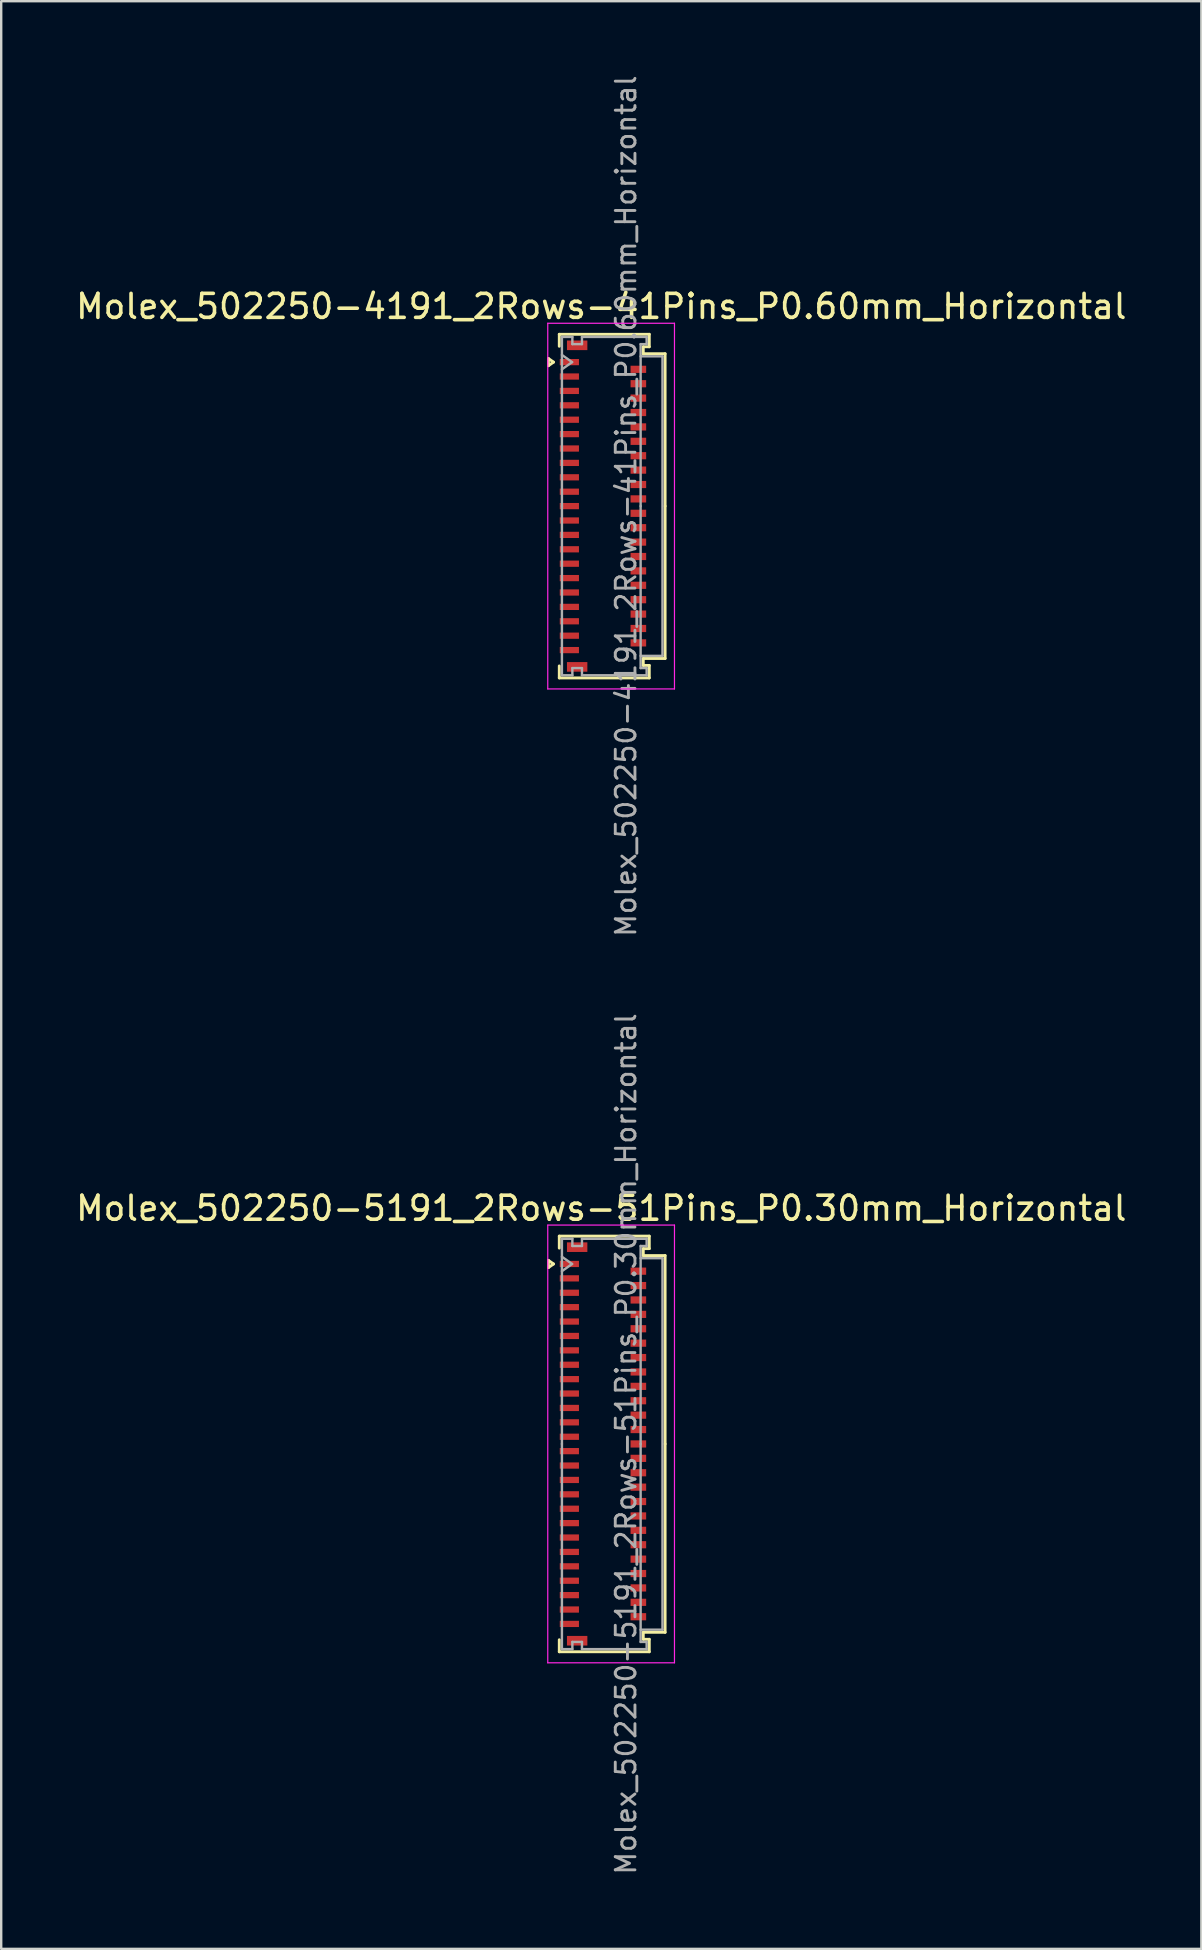
<source format=kicad_pcb>
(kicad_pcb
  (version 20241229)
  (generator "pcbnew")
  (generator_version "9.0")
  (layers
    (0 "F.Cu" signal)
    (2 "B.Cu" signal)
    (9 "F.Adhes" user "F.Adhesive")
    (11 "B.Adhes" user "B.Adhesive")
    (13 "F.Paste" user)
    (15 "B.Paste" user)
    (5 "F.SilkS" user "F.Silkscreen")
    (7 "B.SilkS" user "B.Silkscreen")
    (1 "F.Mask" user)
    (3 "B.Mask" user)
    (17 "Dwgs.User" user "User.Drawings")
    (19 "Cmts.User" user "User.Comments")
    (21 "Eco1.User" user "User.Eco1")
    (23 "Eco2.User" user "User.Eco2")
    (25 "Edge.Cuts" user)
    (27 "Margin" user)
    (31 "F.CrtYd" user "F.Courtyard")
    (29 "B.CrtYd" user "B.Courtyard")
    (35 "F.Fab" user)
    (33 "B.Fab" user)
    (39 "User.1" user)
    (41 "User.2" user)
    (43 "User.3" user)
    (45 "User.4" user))
  (footprint "Molex_502250-4191_2Rows-41Pins_P0.60mm_Horizontal"
    (layer "F.Cu")
    (at 22.076 18.04)
    (property "Reference" "Molex_502250-4191_2Rows-41Pins_P0.60mm_Horizontal" (at -0.07 -8.32 0) (layer "F.SilkS") (effects (font (size 1 1) (thickness 0.15))))
    (attr smd)
    (fp_line (start -2.272 -6.15) (end -2.06 -6) (stroke (width 0.12) (type solid)) (layer "F.SilkS"))
    (fp_line (start -2.272 -5.85) (end -2.272 -6.15) (stroke (width 0.12) (type solid)) (layer "F.SilkS"))
    (fp_line (start -2.06 -6) (end -2.272 -5.85) (stroke (width 0.12) (type solid)) (layer "F.SilkS"))
    (fp_line (start -1.82 -7.16) (end 1.93 -7.16) (stroke (width 0.12) (type solid)) (layer "F.SilkS"))
    (fp_line (start -1.82 -6.66) (end -1.82 -7.16) (stroke (width 0.12) (type solid)) (layer "F.SilkS"))
    (fp_line (start -1.82 6.66) (end -1.82 7.16) (stroke (width 0.12) (type solid)) (layer "F.SilkS"))
    (fp_line (start -1.82 7.16) (end 1.93 7.16) (stroke (width 0.12) (type solid)) (layer "F.SilkS"))
    (fp_line (start 1.68 -6.64) (end 1.68 -6.35) (stroke (width 0.12) (type solid)) (layer "F.SilkS"))
    (fp_line (start 1.68 -6.35) (end 2.59 -6.35) (stroke (width 0.12) (type solid)) (layer "F.SilkS"))
    (fp_line (start 1.68 6.35) (end 2.59 6.35) (stroke (width 0.12) (type solid)) (layer "F.SilkS"))
    (fp_line (start 1.68 6.64) (end 1.68 6.35) (stroke (width 0.12) (type solid)) (layer "F.SilkS"))
    (fp_line (start 1.93 -7.16) (end 1.93 -6.64) (stroke (width 0.12) (type solid)) (layer "F.SilkS"))
    (fp_line (start 1.93 -6.64) (end 1.68 -6.64) (stroke (width 0.12) (type solid)) (layer "F.SilkS"))
    (fp_line (start 1.93 6.64) (end 1.68 6.64) (stroke (width 0.12) (type solid)) (layer "F.SilkS"))
    (fp_line (start 1.93 7.16) (end 1.93 6.64) (stroke (width 0.12) (type solid)) (layer "F.SilkS"))
    (fp_line (start 2.59 -6.35) (end 2.59 0) (stroke (width 0.12) (type solid)) (layer "F.SilkS"))
    (fp_line (start 2.59 6.35) (end 2.59 0) (stroke (width 0.12) (type solid)) (layer "F.SilkS"))
    (fp_line (start -2.3 -7.62) (end -2.3 7.62) (stroke (width 0.05) (type solid)) (layer "F.CrtYd"))
    (fp_line (start -2.3 7.62) (end 2.98 7.62) (stroke (width 0.05) (type solid)) (layer "F.CrtYd"))
    (fp_line (start 2.98 -7.62) (end -2.3 -7.62) (stroke (width 0.05) (type solid)) (layer "F.CrtYd"))
    (fp_line (start 2.98 7.62) (end 2.98 -7.62) (stroke (width 0.05) (type solid)) (layer "F.CrtYd"))
    (fp_line (start -1.71 -7.05) (end -1.275 -7.05) (stroke (width 0.1) (type solid)) (layer "F.Fab"))
    (fp_line (start -1.71 -6.3) (end -1.286 -6) (stroke (width 0.1) (type solid)) (layer "F.Fab"))
    (fp_line (start -1.71 0) (end -1.71 -7.05) (stroke (width 0.1) (type solid)) (layer "F.Fab"))
    (fp_line (start -1.71 0) (end -1.71 7.05) (stroke (width 0.1) (type solid)) (layer "F.Fab"))
    (fp_line (start -1.71 7.05) (end -1.275 7.05) (stroke (width 0.1) (type solid)) (layer "F.Fab"))
    (fp_line (start -1.286 -6) (end -1.71 -5.7) (stroke (width 0.1) (type solid)) (layer "F.Fab"))
    (fp_line (start -1.275 -7.05) (end -1.275 -6.75) (stroke (width 0.1) (type solid)) (layer "F.Fab"))
    (fp_line (start -1.275 -6.75) (end -0.875 -6.75) (stroke (width 0.1) (type solid)) (layer "F.Fab"))
    (fp_line (start -1.275 6.75) (end -0.875 6.75) (stroke (width 0.1) (type solid)) (layer "F.Fab"))
    (fp_line (start -1.275 7.05) (end -1.275 6.75) (stroke (width 0.1) (type solid)) (layer "F.Fab"))
    (fp_line (start -0.875 -7.05) (end 1.82 -7.05) (stroke (width 0.1) (type solid)) (layer "F.Fab"))
    (fp_line (start -0.875 -6.75) (end -0.875 -7.05) (stroke (width 0.1) (type solid)) (layer "F.Fab"))
    (fp_line (start -0.875 6.75) (end -0.875 7.05) (stroke (width 0.1) (type solid)) (layer "F.Fab"))
    (fp_line (start -0.875 7.05) (end 1.82 7.05) (stroke (width 0.1) (type solid)) (layer "F.Fab"))
    (fp_line (start 1.57 -6.75) (end 1.57 0) (stroke (width 0.1) (type solid)) (layer "F.Fab"))
    (fp_line (start 1.57 -6.24) (end 2.48 -6.24) (stroke (width 0.1) (type solid)) (layer "F.Fab"))
    (fp_line (start 1.57 6.75) (end 1.57 0) (stroke (width 0.1) (type solid)) (layer "F.Fab"))
    (fp_line (start 1.82 -7.05) (end 1.82 -6.75) (stroke (width 0.1) (type solid)) (layer "F.Fab"))
    (fp_line (start 1.82 -6.75) (end 1.57 -6.75) (stroke (width 0.1) (type solid)) (layer "F.Fab"))
    (fp_line (start 1.82 6.75) (end 1.57 6.75) (stroke (width 0.1) (type solid)) (layer "F.Fab"))
    (fp_line (start 1.82 7.05) (end 1.82 6.75) (stroke (width 0.1) (type solid)) (layer "F.Fab"))
    (fp_line (start 2.48 -6.24) (end 2.48 6.24) (stroke (width 0.1) (type solid)) (layer "F.Fab"))
    (fp_line (start 2.48 6.24) (end 1.57 6.24) (stroke (width 0.1) (type solid)) (layer "F.Fab"))
    (fp_text user "${REFERENCE}" (at 0.96 0 90) (layer "F.Fab") (effects (font (size 0.82 0.82) (thickness 0.12))))
    (pad "" smd rect (at -1.075 -6.7) (size 0.85 0.4) (layers "F.Cu" "F.Mask" "F.Paste"))
    (pad "" smd rect (at -1.075 6.7) (size 0.85 0.4) (layers "F.Cu" "F.Mask" "F.Paste"))
    (pad "1" smd rect (at -1.4 -6) (size 0.8 0.26) (layers "F.Cu" "F.Mask" "F.Paste"))
    (pad "2" smd rect (at 1.475 -5.7) (size 0.65 0.3) (layers "F.Cu" "F.Mask" "F.Paste"))
    (pad "3" smd rect (at -1.4 -5.4) (size 0.8 0.26) (layers "F.Cu" "F.Mask" "F.Paste"))
    (pad "4" smd rect (at 1.475 -5.1) (size 0.65 0.3) (layers "F.Cu" "F.Mask" "F.Paste"))
    (pad "5" smd rect (at -1.4 -4.8) (size 0.8 0.26) (layers "F.Cu" "F.Mask" "F.Paste"))
    (pad "6" smd rect (at 1.475 -4.5) (size 0.65 0.3) (layers "F.Cu" "F.Mask" "F.Paste"))
    (pad "7" smd rect (at -1.4 -4.2) (size 0.8 0.26) (layers "F.Cu" "F.Mask" "F.Paste"))
    (pad "8" smd rect (at 1.475 -3.9) (size 0.65 0.3) (layers "F.Cu" "F.Mask" "F.Paste"))
    (pad "9" smd rect (at -1.4 -3.6) (size 0.8 0.26) (layers "F.Cu" "F.Mask" "F.Paste"))
    (pad "10" smd rect (at 1.475 -3.3) (size 0.65 0.3) (layers "F.Cu" "F.Mask" "F.Paste"))
    (pad "11" smd rect (at -1.4 -3) (size 0.8 0.26) (layers "F.Cu" "F.Mask" "F.Paste"))
    (pad "12" smd rect (at 1.475 -2.7) (size 0.65 0.3) (layers "F.Cu" "F.Mask" "F.Paste"))
    (pad "13" smd rect (at -1.4 -2.4) (size 0.8 0.26) (layers "F.Cu" "F.Mask" "F.Paste"))
    (pad "14" smd rect (at 1.475 -2.1) (size 0.65 0.3) (layers "F.Cu" "F.Mask" "F.Paste"))
    (pad "15" smd rect (at -1.4 -1.8) (size 0.8 0.26) (layers "F.Cu" "F.Mask" "F.Paste"))
    (pad "16" smd rect (at 1.475 -1.5) (size 0.65 0.3) (layers "F.Cu" "F.Mask" "F.Paste"))
    (pad "17" smd rect (at -1.4 -1.2) (size 0.8 0.26) (layers "F.Cu" "F.Mask" "F.Paste"))
    (pad "18" smd rect (at 1.475 -0.9) (size 0.65 0.3) (layers "F.Cu" "F.Mask" "F.Paste"))
    (pad "19" smd rect (at -1.4 -0.6) (size 0.8 0.26) (layers "F.Cu" "F.Mask" "F.Paste"))
    (pad "20" smd rect (at 1.475 -0.3) (size 0.65 0.3) (layers "F.Cu" "F.Mask" "F.Paste"))
    (pad "21" smd rect (at -1.4 0) (size 0.8 0.26) (layers "F.Cu" "F.Mask" "F.Paste"))
    (pad "22" smd rect (at 1.475 0.3) (size 0.65 0.3) (layers "F.Cu" "F.Mask" "F.Paste"))
    (pad "23" smd rect (at -1.4 0.6) (size 0.8 0.26) (layers "F.Cu" "F.Mask" "F.Paste"))
    (pad "24" smd rect (at 1.475 0.9) (size 0.65 0.3) (layers "F.Cu" "F.Mask" "F.Paste"))
    (pad "25" smd rect (at -1.4 1.2) (size 0.8 0.26) (layers "F.Cu" "F.Mask" "F.Paste"))
    (pad "26" smd rect (at 1.475 1.5) (size 0.65 0.3) (layers "F.Cu" "F.Mask" "F.Paste"))
    (pad "27" smd rect (at -1.4 1.8) (size 0.8 0.26) (layers "F.Cu" "F.Mask" "F.Paste"))
    (pad "28" smd rect (at 1.475 2.1) (size 0.65 0.3) (layers "F.Cu" "F.Mask" "F.Paste"))
    (pad "29" smd rect (at -1.4 2.4) (size 0.8 0.26) (layers "F.Cu" "F.Mask" "F.Paste"))
    (pad "30" smd rect (at 1.475 2.7) (size 0.65 0.3) (layers "F.Cu" "F.Mask" "F.Paste"))
    (pad "31" smd rect (at -1.4 3) (size 0.8 0.26) (layers "F.Cu" "F.Mask" "F.Paste"))
    (pad "32" smd rect (at 1.475 3.3) (size 0.65 0.3) (layers "F.Cu" "F.Mask" "F.Paste"))
    (pad "33" smd rect (at -1.4 3.6) (size 0.8 0.26) (layers "F.Cu" "F.Mask" "F.Paste"))
    (pad "34" smd rect (at 1.475 3.9) (size 0.65 0.3) (layers "F.Cu" "F.Mask" "F.Paste"))
    (pad "35" smd rect (at -1.4 4.2) (size 0.8 0.26) (layers "F.Cu" "F.Mask" "F.Paste"))
    (pad "36" smd rect (at 1.475 4.5) (size 0.65 0.3) (layers "F.Cu" "F.Mask" "F.Paste"))
    (pad "37" smd rect (at -1.4 4.8) (size 0.8 0.26) (layers "F.Cu" "F.Mask" "F.Paste"))
    (pad "38" smd rect (at 1.475 5.1) (size 0.65 0.3) (layers "F.Cu" "F.Mask" "F.Paste"))
    (pad "39" smd rect (at -1.4 5.4) (size 0.8 0.26) (layers "F.Cu" "F.Mask" "F.Paste"))
    (pad "40" smd rect (at 1.475 5.7) (size 0.65 0.3) (layers "F.Cu" "F.Mask" "F.Paste"))
    (pad "41" smd rect (at -1.4 6) (size 0.8 0.26) (layers "F.Cu" "F.Mask" "F.Paste")))
  (footprint "Molex_502250-5191_2Rows-51Pins_P0.30mm_Horizontal"
    (layer "F.Cu")
    (at 22.076 57.121)
    (property "Reference" "Molex_502250-5191_2Rows-51Pins_P0.30mm_Horizontal" (at -0.07 -9.82 0) (layer "F.SilkS") (effects (font (size 1 1) (thickness 0.15))))
    (attr smd)
    (fp_line (start -2.272 -7.65) (end -2.06 -7.5) (stroke (width 0.12) (type solid)) (layer "F.SilkS"))
    (fp_line (start -2.272 -7.35) (end -2.272 -7.65) (stroke (width 0.12) (type solid)) (layer "F.SilkS"))
    (fp_line (start -2.06 -7.5) (end -2.272 -7.35) (stroke (width 0.12) (type solid)) (layer "F.SilkS"))
    (fp_line (start -1.82 -8.66) (end 1.93 -8.66) (stroke (width 0.12) (type solid)) (layer "F.SilkS"))
    (fp_line (start -1.82 -8.16) (end -1.82 -8.66) (stroke (width 0.12) (type solid)) (layer "F.SilkS"))
    (fp_line (start -1.82 8.16) (end -1.82 8.66) (stroke (width 0.12) (type solid)) (layer "F.SilkS"))
    (fp_line (start -1.82 8.66) (end 1.93 8.66) (stroke (width 0.12) (type solid)) (layer "F.SilkS"))
    (fp_line (start 1.68 -8.14) (end 1.68 -7.85) (stroke (width 0.12) (type solid)) (layer "F.SilkS"))
    (fp_line (start 1.68 -7.85) (end 2.59 -7.85) (stroke (width 0.12) (type solid)) (layer "F.SilkS"))
    (fp_line (start 1.68 7.85) (end 2.59 7.85) (stroke (width 0.12) (type solid)) (layer "F.SilkS"))
    (fp_line (start 1.68 8.14) (end 1.68 7.85) (stroke (width 0.12) (type solid)) (layer "F.SilkS"))
    (fp_line (start 1.93 -8.66) (end 1.93 -8.14) (stroke (width 0.12) (type solid)) (layer "F.SilkS"))
    (fp_line (start 1.93 -8.14) (end 1.68 -8.14) (stroke (width 0.12) (type solid)) (layer "F.SilkS"))
    (fp_line (start 1.93 8.14) (end 1.68 8.14) (stroke (width 0.12) (type solid)) (layer "F.SilkS"))
    (fp_line (start 1.93 8.66) (end 1.93 8.14) (stroke (width 0.12) (type solid)) (layer "F.SilkS"))
    (fp_line (start 2.59 -7.85) (end 2.59 0) (stroke (width 0.12) (type solid)) (layer "F.SilkS"))
    (fp_line (start 2.59 7.85) (end 2.59 0) (stroke (width 0.12) (type solid)) (layer "F.SilkS"))
    (fp_line (start -2.3 -9.12) (end -2.3 9.12) (stroke (width 0.05) (type solid)) (layer "F.CrtYd"))
    (fp_line (start -2.3 9.12) (end 2.98 9.12) (stroke (width 0.05) (type solid)) (layer "F.CrtYd"))
    (fp_line (start 2.98 -9.12) (end -2.3 -9.12) (stroke (width 0.05) (type solid)) (layer "F.CrtYd"))
    (fp_line (start 2.98 9.12) (end 2.98 -9.12) (stroke (width 0.05) (type solid)) (layer "F.CrtYd"))
    (fp_line (start -1.71 -8.55) (end -1.275 -8.55) (stroke (width 0.1) (type solid)) (layer "F.Fab"))
    (fp_line (start -1.71 -7.8) (end -1.286 -7.5) (stroke (width 0.1) (type solid)) (layer "F.Fab"))
    (fp_line (start -1.71 0) (end -1.71 -8.55) (stroke (width 0.1) (type solid)) (layer "F.Fab"))
    (fp_line (start -1.71 0) (end -1.71 8.55) (stroke (width 0.1) (type solid)) (layer "F.Fab"))
    (fp_line (start -1.71 8.55) (end -1.275 8.55) (stroke (width 0.1) (type solid)) (layer "F.Fab"))
    (fp_line (start -1.286 -7.5) (end -1.71 -7.2) (stroke (width 0.1) (type solid)) (layer "F.Fab"))
    (fp_line (start -1.275 -8.55) (end -1.275 -8.25) (stroke (width 0.1) (type solid)) (layer "F.Fab"))
    (fp_line (start -1.275 -8.25) (end -0.875 -8.25) (stroke (width 0.1) (type solid)) (layer "F.Fab"))
    (fp_line (start -1.275 8.25) (end -0.875 8.25) (stroke (width 0.1) (type solid)) (layer "F.Fab"))
    (fp_line (start -1.275 8.55) (end -1.275 8.25) (stroke (width 0.1) (type solid)) (layer "F.Fab"))
    (fp_line (start -0.875 -8.55) (end 1.82 -8.55) (stroke (width 0.1) (type solid)) (layer "F.Fab"))
    (fp_line (start -0.875 -8.25) (end -0.875 -8.55) (stroke (width 0.1) (type solid)) (layer "F.Fab"))
    (fp_line (start -0.875 8.25) (end -0.875 8.55) (stroke (width 0.1) (type solid)) (layer "F.Fab"))
    (fp_line (start -0.875 8.55) (end 1.82 8.55) (stroke (width 0.1) (type solid)) (layer "F.Fab"))
    (fp_line (start 1.57 -8.25) (end 1.57 0) (stroke (width 0.1) (type solid)) (layer "F.Fab"))
    (fp_line (start 1.57 -7.74) (end 2.48 -7.74) (stroke (width 0.1) (type solid)) (layer "F.Fab"))
    (fp_line (start 1.57 8.25) (end 1.57 0) (stroke (width 0.1) (type solid)) (layer "F.Fab"))
    (fp_line (start 1.82 -8.55) (end 1.82 -8.25) (stroke (width 0.1) (type solid)) (layer "F.Fab"))
    (fp_line (start 1.82 -8.25) (end 1.57 -8.25) (stroke (width 0.1) (type solid)) (layer "F.Fab"))
    (fp_line (start 1.82 8.25) (end 1.57 8.25) (stroke (width 0.1) (type solid)) (layer "F.Fab"))
    (fp_line (start 1.82 8.55) (end 1.82 8.25) (stroke (width 0.1) (type solid)) (layer "F.Fab"))
    (fp_line (start 2.48 -7.74) (end 2.48 7.74) (stroke (width 0.1) (type solid)) (layer "F.Fab"))
    (fp_line (start 2.48 7.74) (end 1.57 7.74) (stroke (width 0.1) (type solid)) (layer "F.Fab"))
    (fp_text user "${REFERENCE}" (at 0.96 0 90) (layer "F.Fab") (effects (font (size 0.82 0.82) (thickness 0.12))))
    (pad "" smd rect (at -1.075 -8.2) (size 0.85 0.4) (layers "F.Cu" "F.Mask" "F.Paste"))
    (pad "" smd rect (at -1.075 8.2) (size 0.85 0.4) (layers "F.Cu" "F.Mask" "F.Paste"))
    (pad "1" smd rect (at -1.4 -7.5) (size 0.8 0.26) (layers "F.Cu" "F.Mask" "F.Paste"))
    (pad "2" smd rect (at 1.475 -7.2) (size 0.65 0.3) (layers "F.Cu" "F.Mask" "F.Paste"))
    (pad "3" smd rect (at -1.4 -6.9) (size 0.8 0.26) (layers "F.Cu" "F.Mask" "F.Paste"))
    (pad "4" smd rect (at 1.475 -6.6) (size 0.65 0.3) (layers "F.Cu" "F.Mask" "F.Paste"))
    (pad "5" smd rect (at -1.4 -6.3) (size 0.8 0.26) (layers "F.Cu" "F.Mask" "F.Paste"))
    (pad "6" smd rect (at 1.475 -6) (size 0.65 0.3) (layers "F.Cu" "F.Mask" "F.Paste"))
    (pad "7" smd rect (at -1.4 -5.7) (size 0.8 0.26) (layers "F.Cu" "F.Mask" "F.Paste"))
    (pad "8" smd rect (at 1.475 -5.4) (size 0.65 0.3) (layers "F.Cu" "F.Mask" "F.Paste"))
    (pad "9" smd rect (at -1.4 -5.1) (size 0.8 0.26) (layers "F.Cu" "F.Mask" "F.Paste"))
    (pad "10" smd rect (at 1.475 -4.8) (size 0.65 0.3) (layers "F.Cu" "F.Mask" "F.Paste"))
    (pad "11" smd rect (at -1.4 -4.5) (size 0.8 0.26) (layers "F.Cu" "F.Mask" "F.Paste"))
    (pad "12" smd rect (at 1.475 -4.2) (size 0.65 0.3) (layers "F.Cu" "F.Mask" "F.Paste"))
    (pad "13" smd rect (at -1.4 -3.9) (size 0.8 0.26) (layers "F.Cu" "F.Mask" "F.Paste"))
    (pad "14" smd rect (at 1.475 -3.6) (size 0.65 0.3) (layers "F.Cu" "F.Mask" "F.Paste"))
    (pad "15" smd rect (at -1.4 -3.3) (size 0.8 0.26) (layers "F.Cu" "F.Mask" "F.Paste"))
    (pad "16" smd rect (at 1.475 -3) (size 0.65 0.3) (layers "F.Cu" "F.Mask" "F.Paste"))
    (pad "17" smd rect (at -1.4 -2.7) (size 0.8 0.26) (layers "F.Cu" "F.Mask" "F.Paste"))
    (pad "18" smd rect (at 1.475 -2.4) (size 0.65 0.3) (layers "F.Cu" "F.Mask" "F.Paste"))
    (pad "19" smd rect (at -1.4 -2.1) (size 0.8 0.26) (layers "F.Cu" "F.Mask" "F.Paste"))
    (pad "20" smd rect (at 1.475 -1.8) (size 0.65 0.3) (layers "F.Cu" "F.Mask" "F.Paste"))
    (pad "21" smd rect (at -1.4 -1.5) (size 0.8 0.26) (layers "F.Cu" "F.Mask" "F.Paste"))
    (pad "22" smd rect (at 1.475 -1.2) (size 0.65 0.3) (layers "F.Cu" "F.Mask" "F.Paste"))
    (pad "23" smd rect (at -1.4 -0.9) (size 0.8 0.26) (layers "F.Cu" "F.Mask" "F.Paste"))
    (pad "24" smd rect (at 1.475 -0.6) (size 0.65 0.3) (layers "F.Cu" "F.Mask" "F.Paste"))
    (pad "25" smd rect (at -1.4 -0.3) (size 0.8 0.26) (layers "F.Cu" "F.Mask" "F.Paste"))
    (pad "26" smd rect (at 1.475 0) (size 0.65 0.3) (layers "F.Cu" "F.Mask" "F.Paste"))
    (pad "27" smd rect (at -1.4 0.3) (size 0.8 0.26) (layers "F.Cu" "F.Mask" "F.Paste"))
    (pad "28" smd rect (at 1.475 0.6) (size 0.65 0.3) (layers "F.Cu" "F.Mask" "F.Paste"))
    (pad "29" smd rect (at -1.4 0.9) (size 0.8 0.26) (layers "F.Cu" "F.Mask" "F.Paste"))
    (pad "30" smd rect (at 1.475 1.2) (size 0.65 0.3) (layers "F.Cu" "F.Mask" "F.Paste"))
    (pad "31" smd rect (at -1.4 1.5) (size 0.8 0.26) (layers "F.Cu" "F.Mask" "F.Paste"))
    (pad "32" smd rect (at 1.475 1.8) (size 0.65 0.3) (layers "F.Cu" "F.Mask" "F.Paste"))
    (pad "33" smd rect (at -1.4 2.1) (size 0.8 0.26) (layers "F.Cu" "F.Mask" "F.Paste"))
    (pad "34" smd rect (at 1.475 2.4) (size 0.65 0.3) (layers "F.Cu" "F.Mask" "F.Paste"))
    (pad "35" smd rect (at -1.4 2.7) (size 0.8 0.26) (layers "F.Cu" "F.Mask" "F.Paste"))
    (pad "36" smd rect (at 1.475 3) (size 0.65 0.3) (layers "F.Cu" "F.Mask" "F.Paste"))
    (pad "37" smd rect (at -1.4 3.3) (size 0.8 0.26) (layers "F.Cu" "F.Mask" "F.Paste"))
    (pad "38" smd rect (at 1.475 3.6) (size 0.65 0.3) (layers "F.Cu" "F.Mask" "F.Paste"))
    (pad "39" smd rect (at -1.4 3.9) (size 0.8 0.26) (layers "F.Cu" "F.Mask" "F.Paste"))
    (pad "40" smd rect (at 1.475 4.2) (size 0.65 0.3) (layers "F.Cu" "F.Mask" "F.Paste"))
    (pad "41" smd rect (at -1.4 4.5) (size 0.8 0.26) (layers "F.Cu" "F.Mask" "F.Paste"))
    (pad "42" smd rect (at 1.475 4.8) (size 0.65 0.3) (layers "F.Cu" "F.Mask" "F.Paste"))
    (pad "43" smd rect (at -1.4 5.1) (size 0.8 0.26) (layers "F.Cu" "F.Mask" "F.Paste"))
    (pad "44" smd rect (at 1.475 5.4) (size 0.65 0.3) (layers "F.Cu" "F.Mask" "F.Paste"))
    (pad "45" smd rect (at -1.4 5.7) (size 0.8 0.26) (layers "F.Cu" "F.Mask" "F.Paste"))
    (pad "46" smd rect (at 1.475 6) (size 0.65 0.3) (layers "F.Cu" "F.Mask" "F.Paste"))
    (pad "47" smd rect (at -1.4 6.3) (size 0.8 0.26) (layers "F.Cu" "F.Mask" "F.Paste"))
    (pad "48" smd rect (at 1.475 6.6) (size 0.65 0.3) (layers "F.Cu" "F.Mask" "F.Paste"))
    (pad "49" smd rect (at -1.4 6.9) (size 0.8 0.26) (layers "F.Cu" "F.Mask" "F.Paste"))
    (pad "50" smd rect (at 1.475 7.2) (size 0.65 0.3) (layers "F.Cu" "F.Mask" "F.Paste"))
    (pad "51" smd rect (at -1.4 7.5) (size 0.8 0.26) (layers "F.Cu" "F.Mask" "F.Paste")))
  (gr_rect
    (start -3 -3)
    (end 47.012 78.162)
    (stroke (width 0.1) (type default))
    (fill no)
    (layer "Edge.Cuts")))
</source>
